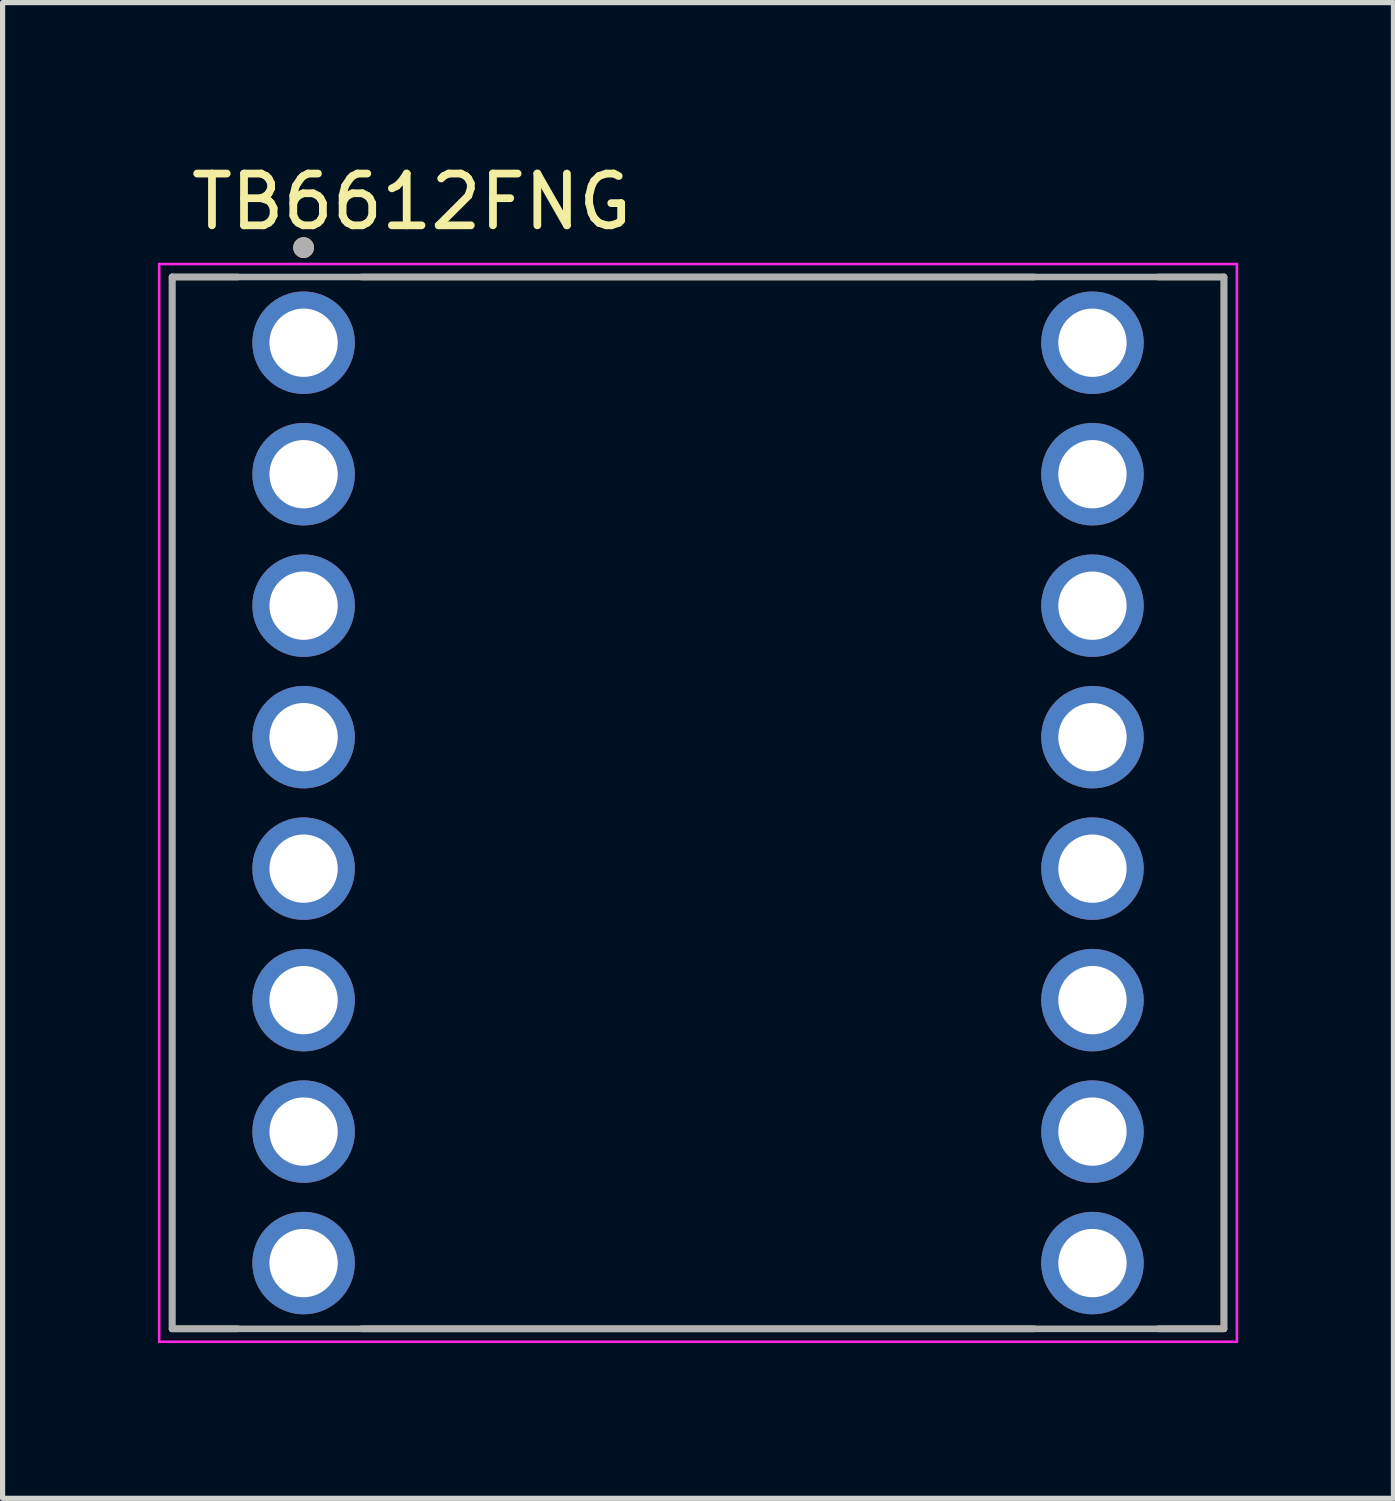
<source format=kicad_pcb>
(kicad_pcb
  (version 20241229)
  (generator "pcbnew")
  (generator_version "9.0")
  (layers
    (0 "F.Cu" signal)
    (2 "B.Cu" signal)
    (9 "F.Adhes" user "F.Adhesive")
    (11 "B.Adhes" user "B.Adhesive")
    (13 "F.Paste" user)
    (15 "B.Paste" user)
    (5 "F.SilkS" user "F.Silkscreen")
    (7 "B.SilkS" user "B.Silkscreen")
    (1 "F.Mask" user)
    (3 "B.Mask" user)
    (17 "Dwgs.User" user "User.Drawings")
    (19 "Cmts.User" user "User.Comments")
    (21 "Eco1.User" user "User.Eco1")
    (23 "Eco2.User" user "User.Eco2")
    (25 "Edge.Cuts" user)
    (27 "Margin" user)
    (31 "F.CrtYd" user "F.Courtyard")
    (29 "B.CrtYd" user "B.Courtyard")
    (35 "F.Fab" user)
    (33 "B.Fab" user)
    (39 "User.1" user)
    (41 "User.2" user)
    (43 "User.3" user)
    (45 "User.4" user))
  (footprint "TB6612FNG"
    (layer "F.Cu")
    (at 10.435 12.461)
    (property "Reference" "TB6612FNG" (at -5.533 -11.613 0) (layer "F.SilkS") (effects (font (size 1 1) (thickness 0.15))))
    (attr through_hole)
    (fp_line (start -10.16 -10.16) (end -10.16 10.16) (stroke (width 0.127) (type solid)) (layer "F.SilkS"))
    (fp_line (start -8.89 -10.16) (end -10.16 -10.16) (stroke (width 0.127) (type solid)) (layer "F.SilkS"))
    (fp_line (start -8.89 10.16) (end -10.16 10.16) (stroke (width 0.127) (type solid)) (layer "F.SilkS"))
    (fp_line (start -6.5 -10.16) (end 6.5 -10.16) (stroke (width 0.127) (type solid)) (layer "F.SilkS"))
    (fp_line (start -6.5 10.16) (end 6.5 10.16) (stroke (width 0.127) (type solid)) (layer "F.SilkS"))
    (fp_line (start 8.89 -10.16) (end 10.16 -10.16) (stroke (width 0.127) (type solid)) (layer "F.SilkS"))
    (fp_line (start 8.89 10.16) (end 10.16 10.16) (stroke (width 0.127) (type solid)) (layer "F.SilkS"))
    (fp_line (start 10.16 10.16) (end 10.16 -10.16) (stroke (width 0.127) (type solid)) (layer "F.SilkS"))
    (fp_circle (center -7.62 -10.728) (end -7.52 -10.728) (stroke (width 0.2) (type solid)) (fill no) (layer "F.SilkS"))
    (fp_line (start -10.41 -10.41) (end -10.41 10.41) (stroke (width 0.05) (type solid)) (layer "F.CrtYd"))
    (fp_line (start -10.41 10.41) (end 10.41 10.41) (stroke (width 0.05) (type solid)) (layer "F.CrtYd"))
    (fp_line (start 10.41 -10.41) (end -10.41 -10.41) (stroke (width 0.05) (type solid)) (layer "F.CrtYd"))
    (fp_line (start 10.41 10.41) (end 10.41 -10.41) (stroke (width 0.05) (type solid)) (layer "F.CrtYd"))
    (fp_line (start -10.16 -10.16) (end -10.16 10.16) (stroke (width 0.127) (type solid)) (layer "F.Fab"))
    (fp_line (start -10.16 10.16) (end 10.16 10.16) (stroke (width 0.127) (type solid)) (layer "F.Fab"))
    (fp_line (start 10.16 -10.16) (end -10.16 -10.16) (stroke (width 0.127) (type solid)) (layer "F.Fab"))
    (fp_line (start 10.16 10.16) (end 10.16 -10.16) (stroke (width 0.127) (type solid)) (layer "F.Fab"))
    (fp_circle (center -7.62 -10.728) (end -7.52 -10.728) (stroke (width 0.2) (type solid)) (fill no) (layer "F.Fab"))
    (pad "1" thru_hole circle (at -7.62 -8.89) (size 1.98 1.98) (drill 1.32) (layers "*.Cu" "*.Mask"))
    (pad "2" thru_hole circle (at -7.62 -6.35) (size 1.98 1.98) (drill 1.32) (layers "*.Cu" "*.Mask"))
    (pad "3" thru_hole circle (at -7.62 -3.81) (size 1.98 1.98) (drill 1.32) (layers "*.Cu" "*.Mask"))
    (pad "4" thru_hole circle (at -7.62 -1.27) (size 1.98 1.98) (drill 1.32) (layers "*.Cu" "*.Mask"))
    (pad "5" thru_hole circle (at -7.62 1.27) (size 1.98 1.98) (drill 1.32) (layers "*.Cu" "*.Mask"))
    (pad "6" thru_hole circle (at -7.62 3.81) (size 1.98 1.98) (drill 1.32) (layers "*.Cu" "*.Mask"))
    (pad "7" thru_hole circle (at -7.62 6.35) (size 1.98 1.98) (drill 1.32) (layers "*.Cu" "*.Mask"))
    (pad "8" thru_hole circle (at -7.62 8.89) (size 1.98 1.98) (drill 1.32) (layers "*.Cu" "*.Mask"))
    (pad "9" thru_hole circle (at 7.62 8.89) (size 1.98 1.98) (drill 1.32) (layers "*.Cu" "*.Mask"))
    (pad "10" thru_hole circle (at 7.62 6.35) (size 1.98 1.98) (drill 1.32) (layers "*.Cu" "*.Mask"))
    (pad "11" thru_hole circle (at 7.62 3.81) (size 1.98 1.98) (drill 1.32) (layers "*.Cu" "*.Mask"))
    (pad "12" thru_hole circle (at 7.62 1.27) (size 1.98 1.98) (drill 1.32) (layers "*.Cu" "*.Mask"))
    (pad "13" thru_hole circle (at 7.62 -1.27) (size 1.98 1.98) (drill 1.32) (layers "*.Cu" "*.Mask"))
    (pad "14" thru_hole circle (at 7.62 -3.81) (size 1.98 1.98) (drill 1.32) (layers "*.Cu" "*.Mask"))
    (pad "15" thru_hole circle (at 7.62 -6.35) (size 1.98 1.98) (drill 1.32) (layers "*.Cu" "*.Mask"))
    (pad "16" thru_hole circle (at 7.62 -8.89) (size 1.98 1.98) (drill 1.32) (layers "*.Cu" "*.Mask")))
  (gr_rect
    (start -3 -3)
    (end 23.87 25.896)
    (stroke (width 0.1) (type default))
    (fill no)
    (layer "Edge.Cuts")))
</source>
